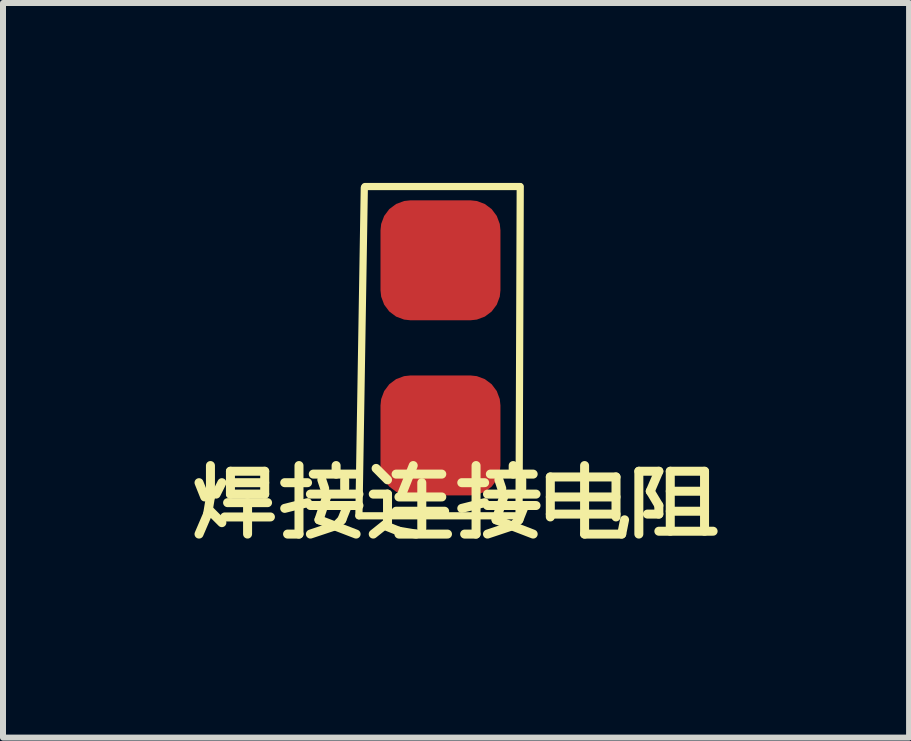
<source format=kicad_pcb>
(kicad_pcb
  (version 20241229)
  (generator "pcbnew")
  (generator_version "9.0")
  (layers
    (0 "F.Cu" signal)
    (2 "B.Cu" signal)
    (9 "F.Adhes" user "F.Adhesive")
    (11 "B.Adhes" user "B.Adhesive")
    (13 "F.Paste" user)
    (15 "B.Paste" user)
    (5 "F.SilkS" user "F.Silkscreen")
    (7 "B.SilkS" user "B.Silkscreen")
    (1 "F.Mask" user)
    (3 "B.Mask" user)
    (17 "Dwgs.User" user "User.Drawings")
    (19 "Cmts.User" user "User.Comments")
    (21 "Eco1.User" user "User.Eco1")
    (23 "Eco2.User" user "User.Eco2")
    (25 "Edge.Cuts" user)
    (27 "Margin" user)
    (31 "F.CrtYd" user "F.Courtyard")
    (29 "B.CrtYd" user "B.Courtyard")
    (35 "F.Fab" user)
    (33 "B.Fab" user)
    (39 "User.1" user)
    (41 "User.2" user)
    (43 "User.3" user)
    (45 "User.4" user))
  (footprint "焊接连接电阻"
    (layer "F.Cu")
    (at 4.554 4.9)
    (property "Reference" "焊接连接电阻" (at 0 0.5 0) (layer "F.SilkS") (effects (font (size 1 1) (thickness 0.15))))
    (attr through_hole)
    (fp_line (start -1.62 0.65) (end -1.53 -4.82) (stroke (width 0.12) (type solid)) (layer "F.SilkS"))
    (fp_line (start -1.52 -4.84) (end 1.06 -4.84) (stroke (width 0.12) (type solid)) (layer "F.SilkS"))
    (fp_line (start 1.05 0.65) (end -1.62 0.65) (stroke (width 0.12) (type solid)) (layer "F.SilkS"))
    (fp_line (start 1.07 -4.84) (end 1.05 0.64) (stroke (width 0.12) (type solid)) (layer "F.SilkS"))
    (pad "1" connect roundrect (at -0.26 -3.61) (size 2 2) (layers "F.Cu" "F.Mask") (roundrect_rratio 0.25))
    (pad "2" connect roundrect (at -0.26 -0.69) (size 2 2) (layers "F.Cu" "F.Mask") (roundrect_rratio 0.25)))
  (gr_rect
    (start -3 -3)
    (end 12.107 9.248)
    (stroke (width 0.1) (type default))
    (fill no)
    (layer "Edge.Cuts")))
</source>
